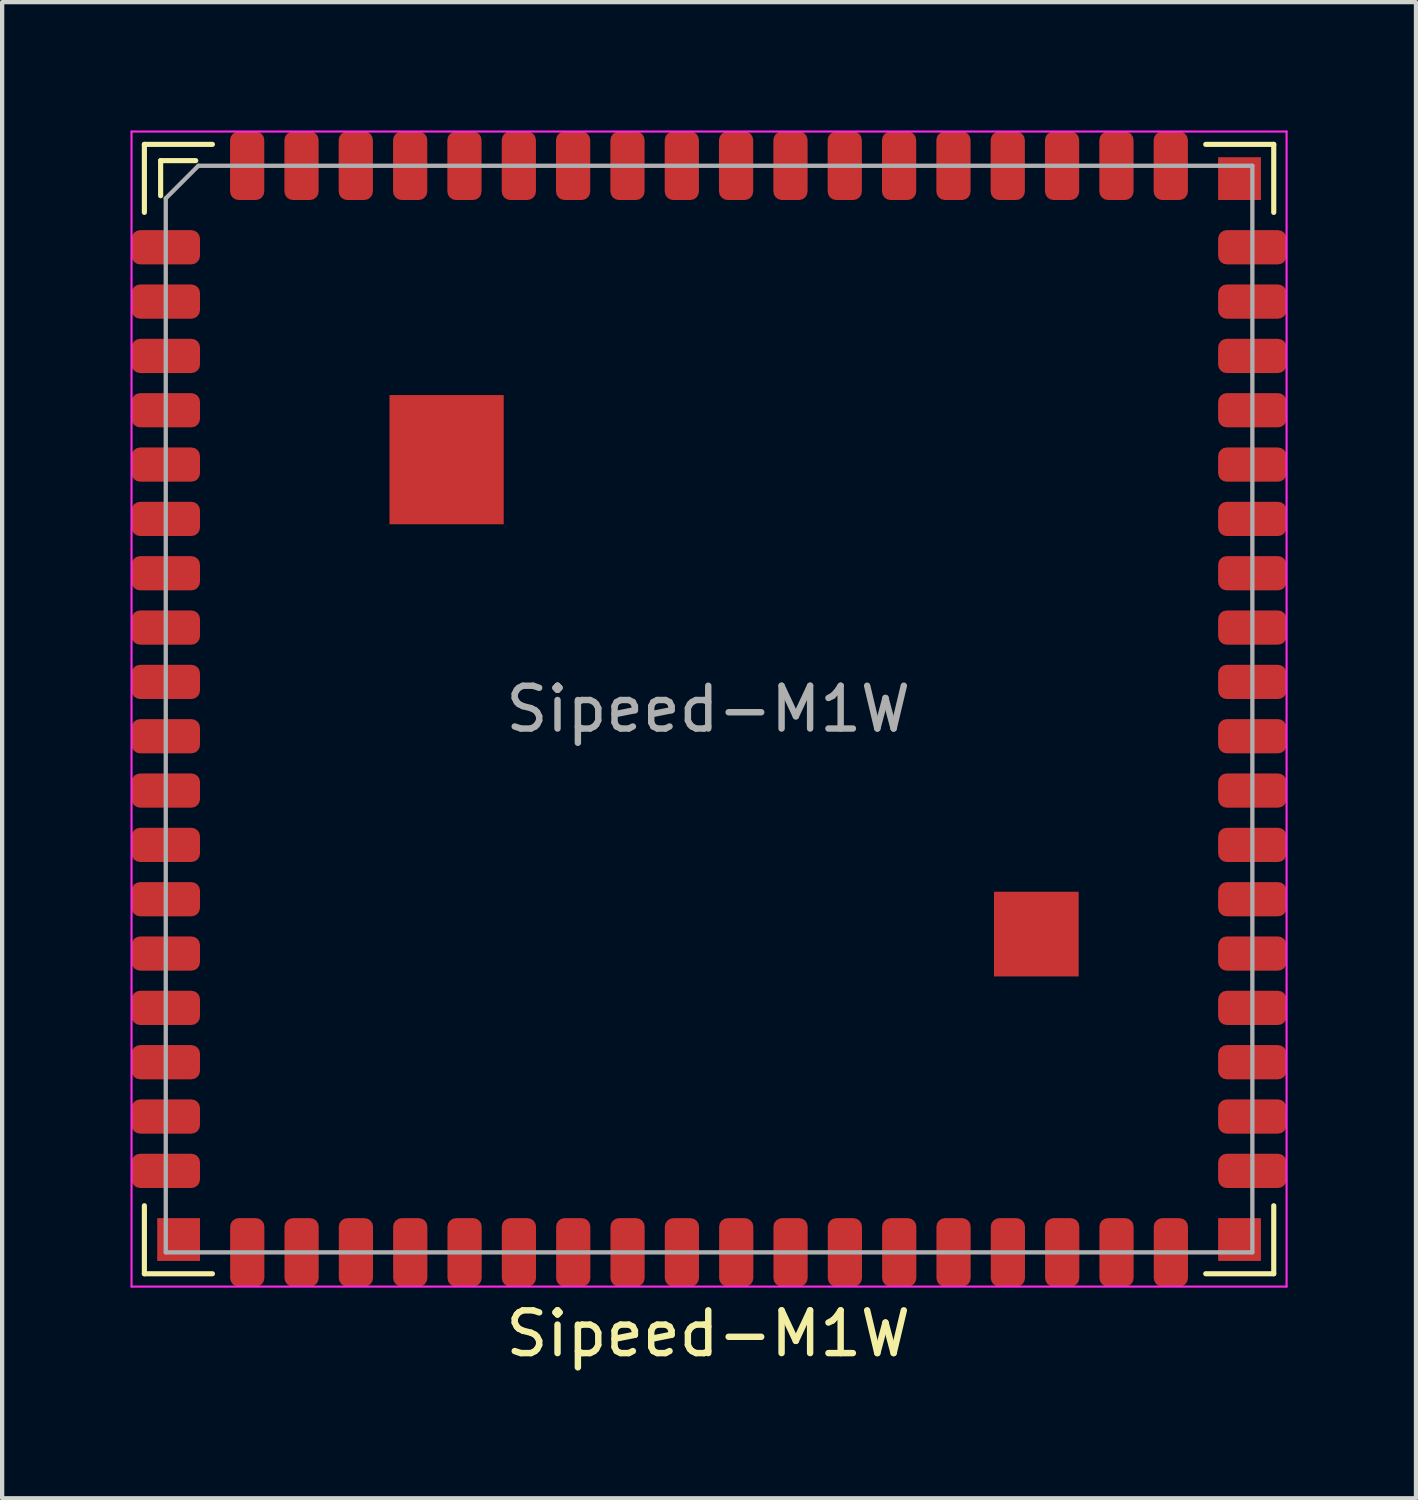
<source format=kicad_pcb>
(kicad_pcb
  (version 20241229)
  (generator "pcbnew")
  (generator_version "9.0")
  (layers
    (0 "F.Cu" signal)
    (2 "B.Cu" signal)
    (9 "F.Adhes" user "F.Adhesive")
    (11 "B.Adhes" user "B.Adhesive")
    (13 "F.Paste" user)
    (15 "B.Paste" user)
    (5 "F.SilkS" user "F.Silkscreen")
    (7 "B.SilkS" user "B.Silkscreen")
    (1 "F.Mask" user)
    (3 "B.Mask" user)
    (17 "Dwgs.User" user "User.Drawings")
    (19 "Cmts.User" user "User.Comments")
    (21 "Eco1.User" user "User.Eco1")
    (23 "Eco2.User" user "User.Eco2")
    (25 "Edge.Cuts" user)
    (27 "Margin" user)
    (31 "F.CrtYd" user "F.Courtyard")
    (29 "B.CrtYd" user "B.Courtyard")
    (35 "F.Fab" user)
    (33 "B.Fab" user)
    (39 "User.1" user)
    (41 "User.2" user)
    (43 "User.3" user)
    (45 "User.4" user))
  (footprint "Sipeed-M1W"
    (layer "F.Cu")
    (at 13.525 13.525)
    (property "Reference" "Sipeed-M1W" (at -0.019 14.6 0) (unlocked yes) (layer "F.SilkS") (effects (font (size 1 1) (thickness 0.15))))
    (attr smd)
    (fp_line (start -13.2 -13.2) (end -13.2 -11.61) (stroke (width 0.12) (type solid)) (layer "F.SilkS"))
    (fp_line (start -13.2 13.2) (end -13.2 11.61) (stroke (width 0.12) (type solid)) (layer "F.SilkS"))
    (fp_line (start -12.82 -12.82) (end -12.82 -12) (stroke (width 0.12) (type solid)) (layer "F.SilkS"))
    (fp_line (start -12 -12.82) (end -12.82 -12.82) (stroke (width 0.12) (type solid)) (layer "F.SilkS"))
    (fp_line (start -11.61 -13.2) (end -13.2 -13.2) (stroke (width 0.12) (type solid)) (layer "F.SilkS"))
    (fp_line (start -11.61 13.2) (end -13.2 13.2) (stroke (width 0.12) (type solid)) (layer "F.SilkS"))
    (fp_line (start 11.61 13.2) (end 13.2 13.2) (stroke (width 0.12) (type solid)) (layer "F.SilkS"))
    (fp_line (start 13.2 -13.2) (end 11.61 -13.2) (stroke (width 0.12) (type solid)) (layer "F.SilkS"))
    (fp_line (start 13.2 -11.61) (end 13.2 -13.2) (stroke (width 0.12) (type solid)) (layer "F.SilkS"))
    (fp_line (start 13.2 13.2) (end 13.2 11.61) (stroke (width 0.12) (type solid)) (layer "F.SilkS"))
    (fp_line (start -13.5 -13.5) (end 13.5 -13.5) (stroke (width 0.05) (type solid)) (layer "F.CrtYd"))
    (fp_line (start -13.5 13.5) (end -13.5 -13.5) (stroke (width 0.05) (type solid)) (layer "F.CrtYd"))
    (fp_line (start 13.5 -13.5) (end 13.5 13.5) (stroke (width 0.05) (type solid)) (layer "F.CrtYd"))
    (fp_line (start 13.5 13.5) (end -13.5 13.5) (stroke (width 0.05) (type solid)) (layer "F.CrtYd"))
    (fp_line (start -12.7 -11.938) (end -11.938 -12.7) (stroke (width 0.1) (type solid)) (layer "F.Fab"))
    (fp_line (start -12.7 12.7) (end -12.7 -11.938) (stroke (width 0.1) (type solid)) (layer "F.Fab"))
    (fp_line (start -11.938 -12.7) (end 12.7 -12.7) (stroke (width 0.1) (type solid)) (layer "F.Fab"))
    (fp_line (start 12.7 -12.7) (end 12.7 12.7) (stroke (width 0.1) (type solid)) (layer "F.Fab"))
    (fp_line (start 12.7 12.7) (end -12.7 12.7) (stroke (width 0.1) (type solid)) (layer "F.Fab"))
    (fp_text user "${REFERENCE}" (at -0.019 0 0) (unlocked yes) (layer "F.Fab") (effects (font (size 1 1) (thickness 0.15))))
    (pad "" smd roundrect (at -6.8 -6.582) (size 1.18 1.355) (layers "F.Paste") (roundrect_rratio 0.25))
    (pad "" smd roundrect (at -6.8 -5.077) (size 1.18 1.355) (layers "F.Paste") (roundrect_rratio 0.25))
    (pad "" smd roundrect (at -5.47 -6.582) (size 1.18 1.355) (layers "F.Paste") (roundrect_rratio 0.25))
    (pad "" smd roundrect (at -5.47 -5.077) (size 1.18 1.355) (layers "F.Paste") (roundrect_rratio 0.25))
    (pad "" smd roundrect (at 7.157 4.762) (size 0.835 0.835) (layers "F.Paste") (roundrect_rratio 0.25))
    (pad "" smd roundrect (at 7.157 5.753) (size 0.835 0.835) (layers "F.Paste") (roundrect_rratio 0.25))
    (pad "" smd roundrect (at 8.143 4.762) (size 0.835 0.835) (layers "F.Paste") (roundrect_rratio 0.25))
    (pad "" smd roundrect (at 8.143 5.753) (size 0.835 0.835) (layers "F.Paste") (roundrect_rratio 0.25))
    (pad "1" smd roundrect (at -12.7 -10.795) (size 1.6 0.8) (layers "F.Cu" "F.Mask" "F.Paste") (roundrect_rratio 0.25))
    (pad "2" smd roundrect (at -12.7 -9.525) (size 1.6 0.8) (layers "F.Cu" "F.Mask" "F.Paste") (roundrect_rratio 0.25))
    (pad "3" smd roundrect (at -12.7 -8.255) (size 1.6 0.8) (layers "F.Cu" "F.Mask" "F.Paste") (roundrect_rratio 0.25))
    (pad "4" smd roundrect (at -12.7 -6.985) (size 1.6 0.8) (layers "F.Cu" "F.Mask" "F.Paste") (roundrect_rratio 0.25))
    (pad "5" smd roundrect (at -12.7 -5.715) (size 1.6 0.8) (layers "F.Cu" "F.Mask" "F.Paste") (roundrect_rratio 0.25))
    (pad "6" smd roundrect (at -12.7 -4.445) (size 1.6 0.8) (layers "F.Cu" "F.Mask" "F.Paste") (roundrect_rratio 0.25))
    (pad "7" smd roundrect (at -12.7 -3.175) (size 1.6 0.8) (layers "F.Cu" "F.Mask" "F.Paste") (roundrect_rratio 0.25))
    (pad "8" smd roundrect (at -12.7 -1.905) (size 1.6 0.8) (layers "F.Cu" "F.Mask" "F.Paste") (roundrect_rratio 0.25))
    (pad "9" smd roundrect (at -12.7 -0.635) (size 1.6 0.8) (layers "F.Cu" "F.Mask" "F.Paste") (roundrect_rratio 0.25))
    (pad "10" smd roundrect (at -12.7 0.635) (size 1.6 0.8) (layers "F.Cu" "F.Mask" "F.Paste") (roundrect_rratio 0.25))
    (pad "11" smd roundrect (at -12.7 1.905) (size 1.6 0.8) (layers "F.Cu" "F.Mask" "F.Paste") (roundrect_rratio 0.25))
    (pad "12" smd roundrect (at -12.7 3.175) (size 1.6 0.8) (layers "F.Cu" "F.Mask" "F.Paste") (roundrect_rratio 0.25))
    (pad "13" smd roundrect (at -12.7 4.445) (size 1.6 0.8) (layers "F.Cu" "F.Mask" "F.Paste") (roundrect_rratio 0.25))
    (pad "14" smd roundrect (at -12.7 5.715) (size 1.6 0.8) (layers "F.Cu" "F.Mask" "F.Paste") (roundrect_rratio 0.25))
    (pad "15" smd roundrect (at -12.7 6.985) (size 1.6 0.8) (layers "F.Cu" "F.Mask" "F.Paste") (roundrect_rratio 0.25))
    (pad "16" smd roundrect (at -12.7 8.255) (size 1.6 0.8) (layers "F.Cu" "F.Mask" "F.Paste") (roundrect_rratio 0.25))
    (pad "17" smd roundrect (at -12.7 9.525) (size 1.6 0.8) (layers "F.Cu" "F.Mask" "F.Paste") (roundrect_rratio 0.25))
    (pad "18" smd roundrect (at -12.7 10.795) (size 1.6 0.8) (layers "F.Cu" "F.Mask" "F.Paste") (roundrect_rratio 0.25))
    (pad "19" smd roundrect (at -10.795 12.7 90) (size 1.6 0.8) (layers "F.Cu" "F.Mask" "F.Paste") (roundrect_rratio 0.25))
    (pad "20" smd roundrect (at -9.525 12.7 90) (size 1.6 0.8) (layers "F.Cu" "F.Mask" "F.Paste") (roundrect_rratio 0.25))
    (pad "21" smd roundrect (at -8.255 12.7 90) (size 1.6 0.8) (layers "F.Cu" "F.Mask" "F.Paste") (roundrect_rratio 0.25))
    (pad "22" smd roundrect (at -6.985 12.7 90) (size 1.6 0.8) (layers "F.Cu" "F.Mask" "F.Paste") (roundrect_rratio 0.25))
    (pad "23" smd roundrect (at -5.715 12.7 90) (size 1.6 0.8) (layers "F.Cu" "F.Mask" "F.Paste") (roundrect_rratio 0.25))
    (pad "24" smd roundrect (at -4.445 12.7 90) (size 1.6 0.8) (layers "F.Cu" "F.Mask" "F.Paste") (roundrect_rratio 0.25))
    (pad "25" smd roundrect (at -3.175 12.7 90) (size 1.6 0.8) (layers "F.Cu" "F.Mask" "F.Paste") (roundrect_rratio 0.25))
    (pad "26" smd roundrect (at -1.905 12.7 90) (size 1.6 0.8) (layers "F.Cu" "F.Mask" "F.Paste") (roundrect_rratio 0.25))
    (pad "27" smd roundrect (at -0.635 12.7 90) (size 1.6 0.8) (layers "F.Cu" "F.Mask" "F.Paste") (roundrect_rratio 0.25))
    (pad "28" smd roundrect (at 0.635 12.7 90) (size 1.6 0.8) (layers "F.Cu" "F.Mask" "F.Paste") (roundrect_rratio 0.25))
    (pad "29" smd roundrect (at 1.905 12.7 90) (size 1.6 0.8) (layers "F.Cu" "F.Mask" "F.Paste") (roundrect_rratio 0.25))
    (pad "30" smd roundrect (at 3.175 12.7 90) (size 1.6 0.8) (layers "F.Cu" "F.Mask" "F.Paste") (roundrect_rratio 0.25))
    (pad "31" smd roundrect (at 4.445 12.7 90) (size 1.6 0.8) (layers "F.Cu" "F.Mask" "F.Paste") (roundrect_rratio 0.25))
    (pad "32" smd roundrect (at 5.715 12.7 90) (size 1.6 0.8) (layers "F.Cu" "F.Mask" "F.Paste") (roundrect_rratio 0.25))
    (pad "33" smd roundrect (at 6.985 12.7 90) (size 1.6 0.8) (layers "F.Cu" "F.Mask" "F.Paste") (roundrect_rratio 0.25))
    (pad "34" smd roundrect (at 8.255 12.7 90) (size 1.6 0.8) (layers "F.Cu" "F.Mask" "F.Paste") (roundrect_rratio 0.25))
    (pad "35" smd roundrect (at 9.525 12.7 90) (size 1.6 0.8) (layers "F.Cu" "F.Mask" "F.Paste") (roundrect_rratio 0.25))
    (pad "36" smd roundrect (at 10.795 12.7 90) (size 1.6 0.8) (layers "F.Cu" "F.Mask" "F.Paste") (roundrect_rratio 0.25))
    (pad "37" smd roundrect (at 12.7 10.795 180) (size 1.6 0.8) (layers "F.Cu" "F.Mask" "F.Paste") (roundrect_rratio 0.25))
    (pad "38" smd roundrect (at 12.7 9.525 180) (size 1.6 0.8) (layers "F.Cu" "F.Mask" "F.Paste") (roundrect_rratio 0.25))
    (pad "39" smd roundrect (at 12.7 8.255 180) (size 1.6 0.8) (layers "F.Cu" "F.Mask" "F.Paste") (roundrect_rratio 0.25))
    (pad "40" smd roundrect (at 12.7 6.985 180) (size 1.6 0.8) (layers "F.Cu" "F.Mask" "F.Paste") (roundrect_rratio 0.25))
    (pad "41" smd roundrect (at 12.7 5.715 180) (size 1.6 0.8) (layers "F.Cu" "F.Mask" "F.Paste") (roundrect_rratio 0.25))
    (pad "42" smd roundrect (at 12.7 4.445 180) (size 1.6 0.8) (layers "F.Cu" "F.Mask" "F.Paste") (roundrect_rratio 0.25))
    (pad "43" smd roundrect (at 12.7 3.175 180) (size 1.6 0.8) (layers "F.Cu" "F.Mask" "F.Paste") (roundrect_rratio 0.25))
    (pad "44" smd roundrect (at 12.7 1.905 180) (size 1.6 0.8) (layers "F.Cu" "F.Mask" "F.Paste") (roundrect_rratio 0.25))
    (pad "45" smd roundrect (at 12.7 0.635 180) (size 1.6 0.8) (layers "F.Cu" "F.Mask" "F.Paste") (roundrect_rratio 0.25))
    (pad "46" smd roundrect (at 12.7 -0.635 180) (size 1.6 0.8) (layers "F.Cu" "F.Mask" "F.Paste") (roundrect_rratio 0.25))
    (pad "47" smd roundrect (at 12.7 -1.905 180) (size 1.6 0.8) (layers "F.Cu" "F.Mask" "F.Paste") (roundrect_rratio 0.25))
    (pad "48" smd roundrect (at 12.7 -3.175 180) (size 1.6 0.8) (layers "F.Cu" "F.Mask" "F.Paste") (roundrect_rratio 0.25))
    (pad "49" smd roundrect (at 12.7 -4.445 180) (size 1.6 0.8) (layers "F.Cu" "F.Mask" "F.Paste") (roundrect_rratio 0.25))
    (pad "50" smd roundrect (at 12.7 -5.715 180) (size 1.6 0.8) (layers "F.Cu" "F.Mask" "F.Paste") (roundrect_rratio 0.25))
    (pad "51" smd roundrect (at 12.7 -6.985 180) (size 1.6 0.8) (layers "F.Cu" "F.Mask" "F.Paste") (roundrect_rratio 0.25))
    (pad "52" smd roundrect (at 12.7 -8.255 180) (size 1.6 0.8) (layers "F.Cu" "F.Mask" "F.Paste") (roundrect_rratio 0.25))
    (pad "53" smd roundrect (at 12.7 -9.525 180) (size 1.6 0.8) (layers "F.Cu" "F.Mask" "F.Paste") (roundrect_rratio 0.25))
    (pad "54" smd roundrect (at 12.7 -10.795 180) (size 1.6 0.8) (layers "F.Cu" "F.Mask" "F.Paste") (roundrect_rratio 0.25))
    (pad "55" smd roundrect (at 10.793 -12.7 270) (size 1.6 0.8) (layers "F.Cu" "F.Mask" "F.Paste") (roundrect_rratio 0.25))
    (pad "56" smd roundrect (at 9.523 -12.7 270) (size 1.6 0.8) (layers "F.Cu" "F.Mask" "F.Paste") (roundrect_rratio 0.25))
    (pad "57" smd roundrect (at 8.252 -12.7 270) (size 1.6 0.8) (layers "F.Cu" "F.Mask" "F.Paste") (roundrect_rratio 0.25))
    (pad "58" smd roundrect (at 6.982 -12.7 270) (size 1.6 0.8) (layers "F.Cu" "F.Mask" "F.Paste") (roundrect_rratio 0.25))
    (pad "59" smd roundrect (at 5.713 -12.7 270) (size 1.6 0.8) (layers "F.Cu" "F.Mask" "F.Paste") (roundrect_rratio 0.25))
    (pad "60" smd roundrect (at 4.442 -12.7 270) (size 1.6 0.8) (layers "F.Cu" "F.Mask" "F.Paste") (roundrect_rratio 0.25))
    (pad "61" smd roundrect (at 3.172 -12.7 270) (size 1.6 0.8) (layers "F.Cu" "F.Mask" "F.Paste") (roundrect_rratio 0.25))
    (pad "62" smd roundrect (at 1.903 -12.7 270) (size 1.6 0.8) (layers "F.Cu" "F.Mask" "F.Paste") (roundrect_rratio 0.25))
    (pad "63" smd roundrect (at 0.632 -12.7 270) (size 1.6 0.8) (layers "F.Cu" "F.Mask" "F.Paste") (roundrect_rratio 0.25))
    (pad "64" smd roundrect (at -0.637 -12.7 270) (size 1.6 0.8) (layers "F.Cu" "F.Mask" "F.Paste") (roundrect_rratio 0.25))
    (pad "65" smd roundrect (at -1.907 -12.7 270) (size 1.6 0.8) (layers "F.Cu" "F.Mask" "F.Paste") (roundrect_rratio 0.25))
    (pad "66" smd roundrect (at -3.178 -12.7 270) (size 1.6 0.8) (layers "F.Cu" "F.Mask" "F.Paste") (roundrect_rratio 0.25))
    (pad "67" smd roundrect (at -4.447 -12.7 270) (size 1.6 0.8) (layers "F.Cu" "F.Mask" "F.Paste") (roundrect_rratio 0.25))
    (pad "68" smd roundrect (at -5.718 -12.7 270) (size 1.6 0.8) (layers "F.Cu" "F.Mask" "F.Paste") (roundrect_rratio 0.25))
    (pad "69" smd roundrect (at -6.987 -12.7 270) (size 1.6 0.8) (layers "F.Cu" "F.Mask" "F.Paste") (roundrect_rratio 0.25))
    (pad "70" smd roundrect (at -8.258 -12.7 270) (size 1.6 0.8) (layers "F.Cu" "F.Mask" "F.Paste") (roundrect_rratio 0.25))
    (pad "71" smd roundrect (at -9.527 -12.7 270) (size 1.6 0.8) (layers "F.Cu" "F.Mask" "F.Paste") (roundrect_rratio 0.25))
    (pad "72" smd roundrect (at -10.797 -12.7 270) (size 1.6 0.8) (layers "F.Cu" "F.Mask" "F.Paste") (roundrect_rratio 0.25))
    (pad "73" smd rect (at -6.135 -5.83) (size 2.67 3.02) (layers "F.Cu" "F.Mask"))
    (pad "74" smd rect (at 7.65 5.26) (size 1.98 1.98) (layers "F.Cu" "F.Mask"))
    (pad "75" smd rect (at 12.4 12.4 90) (size 1 1) (layers "F.Cu" "F.Mask" "F.Paste"))
    (pad "76" smd rect (at 12.4 -12.4 90) (size 1 1) (layers "F.Cu" "F.Mask" "F.Paste"))
    (pad "77" smd rect (at -12.4 12.4 90) (size 1 1) (layers "F.Cu" "F.Mask" "F.Paste")))
  (gr_rect
    (start -3 -3)
    (end 30.05 31.973)
    (stroke (width 0.1) (type default))
    (fill no)
    (layer "Edge.Cuts")))
</source>
